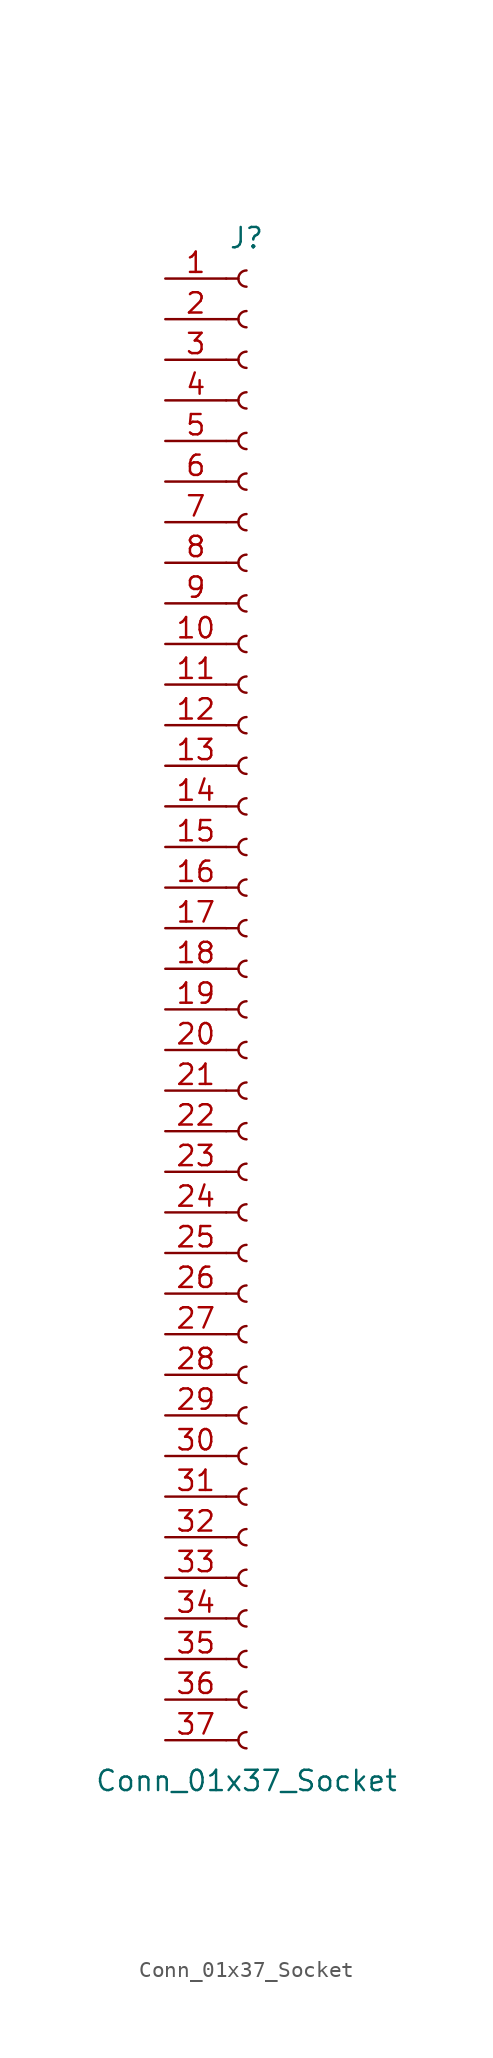
<source format=kicad_sym>
(kicad_symbol_lib
  (version 20220914)
  (generator kicad_symbol_editor)
  (symbol "Conn_01x37_Socket"
    (pin_names
      (offset 1.016) hide)
    (property "Reference" "J"
      (at 0 48.26 0)
      (effects (font (size 1.27 1.27))))
    (property "Value" "Conn_01x37_Socket"
      (at 0 -48.26 0)
      (effects (font (size 1.27 1.27))))
    (property "ki_locked" ""
      (at 0 0 0)
      (effects (font (size 1.27 1.27))))
    (symbol "Conn_01x37_Socket_1_1"
      (arc (start 0 -45.212) (mid -0.5058 -45.72) (end 0 -46.228) (stroke (width 0.1524) (type default)) (fill (type none)))
      (arc (start 0 -42.672) (mid -0.5058 -43.18) (end 0 -43.688) (stroke (width 0.1524) (type default)) (fill (type none)))
      (arc (start 0 -40.132) (mid -0.5058 -40.64) (end 0 -41.148) (stroke (width 0.1524) (type default)) (fill (type none)))
      (arc (start 0 -37.592) (mid -0.5058 -38.1) (end 0 -38.608) (stroke (width 0.1524) (type default)) (fill (type none)))
      (arc (start 0 -35.052) (mid -0.5058 -35.56) (end 0 -36.068) (stroke (width 0.1524) (type default)) (fill (type none)))
      (arc (start 0 -32.512) (mid -0.5058 -33.02) (end 0 -33.528) (stroke (width 0.1524) (type default)) (fill (type none)))
      (arc (start 0 -29.972) (mid -0.5058 -30.48) (end 0 -30.988) (stroke (width 0.1524) (type default)) (fill (type none)))
      (arc (start 0 -27.432) (mid -0.5058 -27.94) (end 0 -28.448) (stroke (width 0.1524) (type default)) (fill (type none)))
      (arc (start 0 -24.892) (mid -0.5058 -25.4) (end 0 -25.908) (stroke (width 0.1524) (type default)) (fill (type none)))
      (arc (start 0 -22.352) (mid -0.5058 -22.86) (end 0 -23.368) (stroke (width 0.1524) (type default)) (fill (type none)))
      (arc (start 0 -19.812) (mid -0.5058 -20.32) (end 0 -20.828) (stroke (width 0.1524) (type default)) (fill (type none)))
      (arc (start 0 -17.272) (mid -0.5058 -17.78) (end 0 -18.288) (stroke (width 0.1524) (type default)) (fill (type none)))
      (arc (start 0 -14.732) (mid -0.5058 -15.24) (end 0 -15.748) (stroke (width 0.1524) (type default)) (fill (type none)))
      (arc (start 0 -12.192) (mid -0.5058 -12.7) (end 0 -13.208) (stroke (width 0.1524) (type default)) (fill (type none)))
      (arc (start 0 -9.652) (mid -0.5058 -10.16) (end 0 -10.668) (stroke (width 0.1524) (type default)) (fill (type none)))
      (arc (start 0 -7.112) (mid -0.5058 -7.62) (end 0 -8.128) (stroke (width 0.1524) (type default)) (fill (type none)))
      (arc (start 0 -4.572) (mid -0.5058 -5.08) (end 0 -5.588) (stroke (width 0.1524) (type default)) (fill (type none)))
      (arc (start 0 -2.032) (mid -0.5058 -2.54) (end 0 -3.048) (stroke (width 0.1524) (type default)) (fill (type none)))
      (polyline (pts (xy -1.27 -45.72) (xy -0.508 -45.72)) (stroke (width 0.152) (type default)) (fill (type none)))
      (polyline (pts (xy -1.27 -43.18) (xy -0.508 -43.18)) (stroke (width 0.152) (type default)) (fill (type none)))
      (polyline (pts (xy -1.27 -40.64) (xy -0.508 -40.64)) (stroke (width 0.152) (type default)) (fill (type none)))
      (polyline (pts (xy -1.27 -38.1) (xy -0.508 -38.1)) (stroke (width 0.152) (type default)) (fill (type none)))
      (polyline (pts (xy -1.27 -35.56) (xy -0.508 -35.56)) (stroke (width 0.152) (type default)) (fill (type none)))
      (polyline (pts (xy -1.27 -33.02) (xy -0.508 -33.02)) (stroke (width 0.152) (type default)) (fill (type none)))
      (polyline (pts (xy -1.27 -30.48) (xy -0.508 -30.48)) (stroke (width 0.152) (type default)) (fill (type none)))
      (polyline (pts (xy -1.27 -27.94) (xy -0.508 -27.94)) (stroke (width 0.152) (type default)) (fill (type none)))
      (polyline (pts (xy -1.27 -25.4) (xy -0.508 -25.4)) (stroke (width 0.152) (type default)) (fill (type none)))
      (polyline (pts (xy -1.27 -22.86) (xy -0.508 -22.86)) (stroke (width 0.152) (type default)) (fill (type none)))
      (polyline (pts (xy -1.27 -20.32) (xy -0.508 -20.32)) (stroke (width 0.152) (type default)) (fill (type none)))
      (polyline (pts (xy -1.27 -17.78) (xy -0.508 -17.78)) (stroke (width 0.152) (type default)) (fill (type none)))
      (polyline (pts (xy -1.27 -15.24) (xy -0.508 -15.24)) (stroke (width 0.152) (type default)) (fill (type none)))
      (polyline (pts (xy -1.27 -12.7) (xy -0.508 -12.7)) (stroke (width 0.152) (type default)) (fill (type none)))
      (polyline (pts (xy -1.27 -10.16) (xy -0.508 -10.16)) (stroke (width 0.152) (type default)) (fill (type none)))
      (polyline (pts (xy -1.27 -7.62) (xy -0.508 -7.62)) (stroke (width 0.152) (type default)) (fill (type none)))
      (polyline (pts (xy -1.27 -5.08) (xy -0.508 -5.08)) (stroke (width 0.152) (type default)) (fill (type none)))
      (polyline (pts (xy -1.27 -2.54) (xy -0.508 -2.54)) (stroke (width 0.152) (type default)) (fill (type none)))
      (polyline (pts (xy -1.27 0) (xy -0.508 0)) (stroke (width 0.152) (type default)) (fill (type none)))
      (polyline (pts (xy -1.27 2.54) (xy -0.508 2.54)) (stroke (width 0.152) (type default)) (fill (type none)))
      (polyline (pts (xy -1.27 5.08) (xy -0.508 5.08)) (stroke (width 0.152) (type default)) (fill (type none)))
      (polyline (pts (xy -1.27 7.62) (xy -0.508 7.62)) (stroke (width 0.152) (type default)) (fill (type none)))
      (polyline (pts (xy -1.27 10.16) (xy -0.508 10.16)) (stroke (width 0.152) (type default)) (fill (type none)))
      (polyline (pts (xy -1.27 12.7) (xy -0.508 12.7)) (stroke (width 0.152) (type default)) (fill (type none)))
      (polyline (pts (xy -1.27 15.24) (xy -0.508 15.24)) (stroke (width 0.152) (type default)) (fill (type none)))
      (polyline (pts (xy -1.27 17.78) (xy -0.508 17.78)) (stroke (width 0.152) (type default)) (fill (type none)))
      (polyline (pts (xy -1.27 20.32) (xy -0.508 20.32)) (stroke (width 0.152) (type default)) (fill (type none)))
      (polyline (pts (xy -1.27 22.86) (xy -0.508 22.86)) (stroke (width 0.152) (type default)) (fill (type none)))
      (polyline (pts (xy -1.27 25.4) (xy -0.508 25.4)) (stroke (width 0.152) (type default)) (fill (type none)))
      (polyline (pts (xy -1.27 27.94) (xy -0.508 27.94)) (stroke (width 0.152) (type default)) (fill (type none)))
      (polyline (pts (xy -1.27 30.48) (xy -0.508 30.48)) (stroke (width 0.152) (type default)) (fill (type none)))
      (polyline (pts (xy -1.27 33.02) (xy -0.508 33.02)) (stroke (width 0.152) (type default)) (fill (type none)))
      (polyline (pts (xy -1.27 35.56) (xy -0.508 35.56)) (stroke (width 0.152) (type default)) (fill (type none)))
      (polyline (pts (xy -1.27 38.1) (xy -0.508 38.1)) (stroke (width 0.152) (type default)) (fill (type none)))
      (polyline (pts (xy -1.27 40.64) (xy -0.508 40.64)) (stroke (width 0.152) (type default)) (fill (type none)))
      (polyline (pts (xy -1.27 43.18) (xy -0.508 43.18)) (stroke (width 0.152) (type default)) (fill (type none)))
      (polyline (pts (xy -1.27 45.72) (xy -0.508 45.72)) (stroke (width 0.152) (type default)) (fill (type none)))
      (arc (start 0 0.508) (mid -0.5058 0) (end 0 -0.508) (stroke (width 0.1524) (type default)) (fill (type none)))
      (arc (start 0 3.048) (mid -0.5058 2.54) (end 0 2.032) (stroke (width 0.1524) (type default)) (fill (type none)))
      (arc (start 0 5.588) (mid -0.5058 5.08) (end 0 4.572) (stroke (width 0.1524) (type default)) (fill (type none)))
      (arc (start 0 8.128) (mid -0.5058 7.62) (end 0 7.112) (stroke (width 0.1524) (type default)) (fill (type none)))
      (arc (start 0 10.668) (mid -0.5058 10.16) (end 0 9.652) (stroke (width 0.1524) (type default)) (fill (type none)))
      (arc (start 0 13.208) (mid -0.5058 12.7) (end 0 12.192) (stroke (width 0.1524) (type default)) (fill (type none)))
      (arc (start 0 15.748) (mid -0.5058 15.24) (end 0 14.732) (stroke (width 0.1524) (type default)) (fill (type none)))
      (arc (start 0 18.288) (mid -0.5058 17.78) (end 0 17.272) (stroke (width 0.1524) (type default)) (fill (type none)))
      (arc (start 0 20.828) (mid -0.5058 20.32) (end 0 19.812) (stroke (width 0.1524) (type default)) (fill (type none)))
      (arc (start 0 23.368) (mid -0.5058 22.86) (end 0 22.352) (stroke (width 0.1524) (type default)) (fill (type none)))
      (arc (start 0 25.908) (mid -0.5058 25.4) (end 0 24.892) (stroke (width 0.1524) (type default)) (fill (type none)))
      (arc (start 0 28.448) (mid -0.5058 27.94) (end 0 27.432) (stroke (width 0.1524) (type default)) (fill (type none)))
      (arc (start 0 30.988) (mid -0.5058 30.48) (end 0 29.972) (stroke (width 0.1524) (type default)) (fill (type none)))
      (arc (start 0 33.528) (mid -0.5058 33.02) (end 0 32.512) (stroke (width 0.1524) (type default)) (fill (type none)))
      (arc (start 0 36.068) (mid -0.5058 35.56) (end 0 35.052) (stroke (width 0.1524) (type default)) (fill (type none)))
      (arc (start 0 38.608) (mid -0.5058 38.1) (end 0 37.592) (stroke (width 0.1524) (type default)) (fill (type none)))
      (arc (start 0 41.148) (mid -0.5058 40.64) (end 0 40.132) (stroke (width 0.1524) (type default)) (fill (type none)))
      (arc (start 0 43.688) (mid -0.5058 43.18) (end 0 42.672) (stroke (width 0.1524) (type default)) (fill (type none)))
      (arc (start 0 46.228) (mid -0.5058 45.72) (end 0 45.212) (stroke (width 0.1524) (type default)) (fill (type none)))
      (pin passive line (at -5.08 45.72 0) (length 3.81) (name "Pin_1" (effects (font (size 1.27 1.27)))) (number "1" (effects (font (size 1.27 1.27)))))
      (pin passive line (at -5.08 22.86 0) (length 3.81) (name "Pin_10" (effects (font (size 1.27 1.27)))) (number "10" (effects (font (size 1.27 1.27)))))
      (pin passive line (at -5.08 20.32 0) (length 3.81) (name "Pin_11" (effects (font (size 1.27 1.27)))) (number "11" (effects (font (size 1.27 1.27)))))
      (pin passive line (at -5.08 17.78 0) (length 3.81) (name "Pin_12" (effects (font (size 1.27 1.27)))) (number "12" (effects (font (size 1.27 1.27)))))
      (pin passive line (at -5.08 15.24 0) (length 3.81) (name "Pin_13" (effects (font (size 1.27 1.27)))) (number "13" (effects (font (size 1.27 1.27)))))
      (pin passive line (at -5.08 12.7 0) (length 3.81) (name "Pin_14" (effects (font (size 1.27 1.27)))) (number "14" (effects (font (size 1.27 1.27)))))
      (pin passive line (at -5.08 10.16 0) (length 3.81) (name "Pin_15" (effects (font (size 1.27 1.27)))) (number "15" (effects (font (size 1.27 1.27)))))
      (pin passive line (at -5.08 7.62 0) (length 3.81) (name "Pin_16" (effects (font (size 1.27 1.27)))) (number "16" (effects (font (size 1.27 1.27)))))
      (pin passive line (at -5.08 5.08 0) (length 3.81) (name "Pin_17" (effects (font (size 1.27 1.27)))) (number "17" (effects (font (size 1.27 1.27)))))
      (pin passive line (at -5.08 2.54 0) (length 3.81) (name "Pin_18" (effects (font (size 1.27 1.27)))) (number "18" (effects (font (size 1.27 1.27)))))
      (pin passive line (at -5.08 0 0) (length 3.81) (name "Pin_19" (effects (font (size 1.27 1.27)))) (number "19" (effects (font (size 1.27 1.27)))))
      (pin passive line (at -5.08 43.18 0) (length 3.81) (name "Pin_2" (effects (font (size 1.27 1.27)))) (number "2" (effects (font (size 1.27 1.27)))))
      (pin passive line (at -5.08 -2.54 0) (length 3.81) (name "Pin_20" (effects (font (size 1.27 1.27)))) (number "20" (effects (font (size 1.27 1.27)))))
      (pin passive line (at -5.08 -5.08 0) (length 3.81) (name "Pin_21" (effects (font (size 1.27 1.27)))) (number "21" (effects (font (size 1.27 1.27)))))
      (pin passive line (at -5.08 -7.62 0) (length 3.81) (name "Pin_22" (effects (font (size 1.27 1.27)))) (number "22" (effects (font (size 1.27 1.27)))))
      (pin passive line (at -5.08 -10.16 0) (length 3.81) (name "Pin_23" (effects (font (size 1.27 1.27)))) (number "23" (effects (font (size 1.27 1.27)))))
      (pin passive line (at -5.08 -12.7 0) (length 3.81) (name "Pin_24" (effects (font (size 1.27 1.27)))) (number "24" (effects (font (size 1.27 1.27)))))
      (pin passive line (at -5.08 -15.24 0) (length 3.81) (name "Pin_25" (effects (font (size 1.27 1.27)))) (number "25" (effects (font (size 1.27 1.27)))))
      (pin passive line (at -5.08 -17.78 0) (length 3.81) (name "Pin_26" (effects (font (size 1.27 1.27)))) (number "26" (effects (font (size 1.27 1.27)))))
      (pin passive line (at -5.08 -20.32 0) (length 3.81) (name "Pin_27" (effects (font (size 1.27 1.27)))) (number "27" (effects (font (size 1.27 1.27)))))
      (pin passive line (at -5.08 -22.86 0) (length 3.81) (name "Pin_28" (effects (font (size 1.27 1.27)))) (number "28" (effects (font (size 1.27 1.27)))))
      (pin passive line (at -5.08 -25.4 0) (length 3.81) (name "Pin_29" (effects (font (size 1.27 1.27)))) (number "29" (effects (font (size 1.27 1.27)))))
      (pin passive line (at -5.08 40.64 0) (length 3.81) (name "Pin_3" (effects (font (size 1.27 1.27)))) (number "3" (effects (font (size 1.27 1.27)))))
      (pin passive line (at -5.08 -27.94 0) (length 3.81) (name "Pin_30" (effects (font (size 1.27 1.27)))) (number "30" (effects (font (size 1.27 1.27)))))
      (pin passive line (at -5.08 -30.48 0) (length 3.81) (name "Pin_31" (effects (font (size 1.27 1.27)))) (number "31" (effects (font (size 1.27 1.27)))))
      (pin passive line (at -5.08 -33.02 0) (length 3.81) (name "Pin_32" (effects (font (size 1.27 1.27)))) (number "32" (effects (font (size 1.27 1.27)))))
      (pin passive line (at -5.08 -35.56 0) (length 3.81) (name "Pin_33" (effects (font (size 1.27 1.27)))) (number "33" (effects (font (size 1.27 1.27)))))
      (pin passive line (at -5.08 -38.1 0) (length 3.81) (name "Pin_34" (effects (font (size 1.27 1.27)))) (number "34" (effects (font (size 1.27 1.27)))))
      (pin passive line (at -5.08 -40.64 0) (length 3.81) (name "Pin_35" (effects (font (size 1.27 1.27)))) (number "35" (effects (font (size 1.27 1.27)))))
      (pin passive line (at -5.08 -43.18 0) (length 3.81) (name "Pin_36" (effects (font (size 1.27 1.27)))) (number "36" (effects (font (size 1.27 1.27)))))
      (pin passive line (at -5.08 -45.72 0) (length 3.81) (name "Pin_37" (effects (font (size 1.27 1.27)))) (number "37" (effects (font (size 1.27 1.27)))))
      (pin passive line (at -5.08 38.1 0) (length 3.81) (name "Pin_4" (effects (font (size 1.27 1.27)))) (number "4" (effects (font (size 1.27 1.27)))))
      (pin passive line (at -5.08 35.56 0) (length 3.81) (name "Pin_5" (effects (font (size 1.27 1.27)))) (number "5" (effects (font (size 1.27 1.27)))))
      (pin passive line (at -5.08 33.02 0) (length 3.81) (name "Pin_6" (effects (font (size 1.27 1.27)))) (number "6" (effects (font (size 1.27 1.27)))))
      (pin passive line (at -5.08 30.48 0) (length 3.81) (name "Pin_7" (effects (font (size 1.27 1.27)))) (number "7" (effects (font (size 1.27 1.27)))))
      (pin passive line (at -5.08 27.94 0) (length 3.81) (name "Pin_8" (effects (font (size 1.27 1.27)))) (number "8" (effects (font (size 1.27 1.27)))))
      (pin passive line (at -5.08 25.4 0) (length 3.81) (name "Pin_9" (effects (font (size 1.27 1.27)))) (number "9" (effects (font (size 1.27 1.27))))))))
</source>
